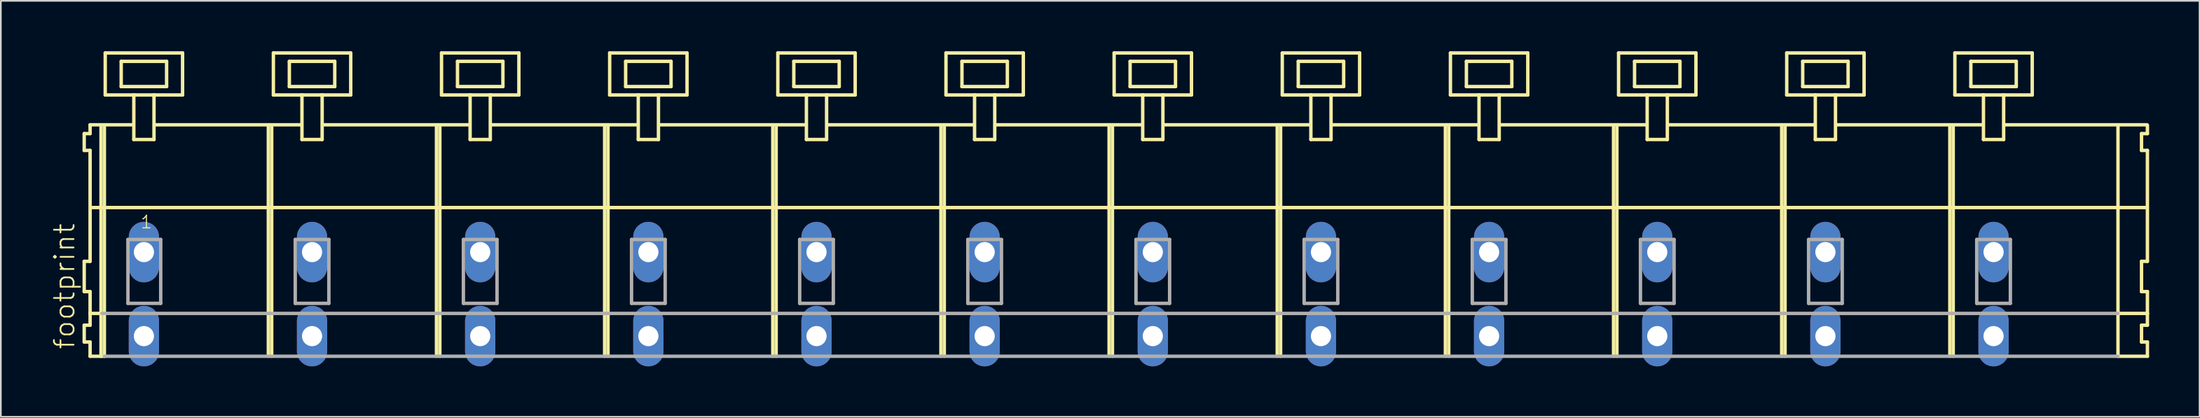
<source format=kicad_pcb>
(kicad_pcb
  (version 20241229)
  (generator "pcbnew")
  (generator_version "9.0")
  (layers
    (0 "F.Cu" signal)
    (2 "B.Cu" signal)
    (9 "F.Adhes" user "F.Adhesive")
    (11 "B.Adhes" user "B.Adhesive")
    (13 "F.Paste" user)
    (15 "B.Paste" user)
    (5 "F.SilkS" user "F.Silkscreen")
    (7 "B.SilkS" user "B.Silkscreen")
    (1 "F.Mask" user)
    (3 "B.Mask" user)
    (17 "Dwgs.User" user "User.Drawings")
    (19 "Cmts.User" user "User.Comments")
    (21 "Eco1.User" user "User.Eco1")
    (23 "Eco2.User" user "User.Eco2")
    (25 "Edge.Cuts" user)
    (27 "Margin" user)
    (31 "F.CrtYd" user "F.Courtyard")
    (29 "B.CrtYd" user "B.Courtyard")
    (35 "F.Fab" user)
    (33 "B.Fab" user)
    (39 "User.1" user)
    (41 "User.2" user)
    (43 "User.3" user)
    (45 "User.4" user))
  (footprint "footprint"
    (layer "F.Cu")
    (at 63.008 11.952)
    (property "Reference" "footprint" (at -61.535 5.855 90) (layer "F.SilkS") (effects (font (size 1.168 1.168) (thickness 0.102)) (justify left bottom)))
    (fp_line (start -61.05 -7.05) (end -61.05 -6.05) (stroke (width 0.203) (type solid)) (layer "F.SilkS"))
    (fp_line (start -61.05 -6.05) (end -60.7 -6.05) (stroke (width 0.203) (type solid)) (layer "F.SilkS"))
    (fp_line (start -61.05 0.55) (end -61.05 2.35) (stroke (width 0.203) (type solid)) (layer "F.SilkS"))
    (fp_line (start -61.05 2.35) (end -60.7 2.35) (stroke (width 0.203) (type solid)) (layer "F.SilkS"))
    (fp_line (start -61.05 4.35) (end -61.05 5.35) (stroke (width 0.203) (type solid)) (layer "F.SilkS"))
    (fp_line (start -61.05 5.35) (end -60.7 5.35) (stroke (width 0.203) (type solid)) (layer "F.SilkS"))
    (fp_line (start -60.7 -7.575) (end -60.7 -7.05) (stroke (width 0.203) (type solid)) (layer "F.SilkS"))
    (fp_line (start -60.7 -7.575) (end -58.125 -7.575) (stroke (width 0.203) (type solid)) (layer "F.SilkS"))
    (fp_line (start -60.7 -7.05) (end -61.05 -7.05) (stroke (width 0.203) (type solid)) (layer "F.SilkS"))
    (fp_line (start -60.7 -6.05) (end -60.7 0.55) (stroke (width 0.203) (type solid)) (layer "F.SilkS"))
    (fp_line (start -60.7 0.55) (end -61.05 0.55) (stroke (width 0.203) (type solid)) (layer "F.SilkS"))
    (fp_line (start -60.7 2.35) (end -60.7 4.35) (stroke (width 0.203) (type solid)) (layer "F.SilkS"))
    (fp_line (start -60.7 3.65) (end -60 3.65) (stroke (width 0.203) (type solid)) (layer "F.SilkS"))
    (fp_line (start -60.7 4.35) (end -61.05 4.35) (stroke (width 0.203) (type solid)) (layer "F.SilkS"))
    (fp_line (start -60.7 5.35) (end -60.7 6.2) (stroke (width 0.203) (type solid)) (layer "F.SilkS"))
    (fp_line (start -60.7 6.2) (end -60.05 6.2) (stroke (width 0.203) (type solid)) (layer "F.SilkS"))
    (fp_line (start -60.65 -2.65) (end 61.6 -2.65) (stroke (width 0.203) (type solid)) (layer "F.SilkS"))
    (fp_line (start -60.05 -7.55) (end -60.05 6.2) (stroke (width 0.203) (type solid)) (layer "F.SilkS"))
    (fp_line (start -60.05 6.2) (end -59.85 6.2) (stroke (width 0.203) (type solid)) (layer "F.SilkS"))
    (fp_line (start -59.85 -7.55) (end -59.85 6.2) (stroke (width 0.203) (type solid)) (layer "F.SilkS"))
    (fp_line (start -59.8 -11.85) (end -59.8 -9.35) (stroke (width 0.203) (type solid)) (layer "F.SilkS"))
    (fp_line (start -59.8 -9.35) (end -58.1 -9.35) (stroke (width 0.203) (type solid)) (layer "F.SilkS"))
    (fp_line (start -58.85 -11.35) (end -58.85 -9.85) (stroke (width 0.203) (type solid)) (layer "F.SilkS"))
    (fp_line (start -58.85 -9.85) (end -56.15 -9.85) (stroke (width 0.203) (type solid)) (layer "F.SilkS"))
    (fp_line (start -58.1 -9.35) (end -58.1 -6.7) (stroke (width 0.203) (type solid)) (layer "F.SilkS"))
    (fp_line (start -58.1 -9.35) (end -56.9 -9.35) (stroke (width 0.203) (type solid)) (layer "F.SilkS"))
    (fp_line (start -58.1 -6.7) (end -56.9 -6.7) (stroke (width 0.203) (type solid)) (layer "F.SilkS"))
    (fp_line (start -56.9 -9.35) (end -55.2 -9.35) (stroke (width 0.203) (type solid)) (layer "F.SilkS"))
    (fp_line (start -56.9 -6.7) (end -56.9 -9.35) (stroke (width 0.203) (type solid)) (layer "F.SilkS"))
    (fp_line (start -56.825 -7.575) (end -48.125 -7.575) (stroke (width 0.203) (type solid)) (layer "F.SilkS"))
    (fp_line (start -56.15 -11.35) (end -58.85 -11.35) (stroke (width 0.203) (type solid)) (layer "F.SilkS"))
    (fp_line (start -56.15 -9.85) (end -56.15 -11.35) (stroke (width 0.203) (type solid)) (layer "F.SilkS"))
    (fp_line (start -55.2 -11.85) (end -59.8 -11.85) (stroke (width 0.203) (type solid)) (layer "F.SilkS"))
    (fp_line (start -55.2 -9.35) (end -55.2 -11.85) (stroke (width 0.203) (type solid)) (layer "F.SilkS"))
    (fp_line (start -50.1 -7.55) (end -50.1 6.2) (stroke (width 0.203) (type solid)) (layer "F.SilkS"))
    (fp_line (start -49.9 -7.55) (end -49.9 6.2) (stroke (width 0.203) (type solid)) (layer "F.SilkS"))
    (fp_line (start -49.8 -11.85) (end -49.8 -9.35) (stroke (width 0.203) (type solid)) (layer "F.SilkS"))
    (fp_line (start -49.8 -9.35) (end -48.1 -9.35) (stroke (width 0.203) (type solid)) (layer "F.SilkS"))
    (fp_line (start -48.85 -11.35) (end -48.85 -9.85) (stroke (width 0.203) (type solid)) (layer "F.SilkS"))
    (fp_line (start -48.85 -9.85) (end -46.15 -9.85) (stroke (width 0.203) (type solid)) (layer "F.SilkS"))
    (fp_line (start -48.1 -9.35) (end -48.1 -6.7) (stroke (width 0.203) (type solid)) (layer "F.SilkS"))
    (fp_line (start -48.1 -9.35) (end -46.9 -9.35) (stroke (width 0.203) (type solid)) (layer "F.SilkS"))
    (fp_line (start -48.1 -6.7) (end -46.9 -6.7) (stroke (width 0.203) (type solid)) (layer "F.SilkS"))
    (fp_line (start -46.9 -9.35) (end -45.2 -9.35) (stroke (width 0.203) (type solid)) (layer "F.SilkS"))
    (fp_line (start -46.9 -6.7) (end -46.9 -9.35) (stroke (width 0.203) (type solid)) (layer "F.SilkS"))
    (fp_line (start -46.825 -7.575) (end -38.125 -7.575) (stroke (width 0.203) (type solid)) (layer "F.SilkS"))
    (fp_line (start -46.15 -11.35) (end -48.85 -11.35) (stroke (width 0.203) (type solid)) (layer "F.SilkS"))
    (fp_line (start -46.15 -9.85) (end -46.15 -11.35) (stroke (width 0.203) (type solid)) (layer "F.SilkS"))
    (fp_line (start -45.2 -11.85) (end -49.8 -11.85) (stroke (width 0.203) (type solid)) (layer "F.SilkS"))
    (fp_line (start -45.2 -9.35) (end -45.2 -11.85) (stroke (width 0.203) (type solid)) (layer "F.SilkS"))
    (fp_line (start -40.1 -7.55) (end -40.1 6.2) (stroke (width 0.203) (type solid)) (layer "F.SilkS"))
    (fp_line (start -39.9 -7.55) (end -39.9 6.2) (stroke (width 0.203) (type solid)) (layer "F.SilkS"))
    (fp_line (start -39.8 -11.85) (end -39.8 -9.35) (stroke (width 0.203) (type solid)) (layer "F.SilkS"))
    (fp_line (start -39.8 -9.35) (end -38.1 -9.35) (stroke (width 0.203) (type solid)) (layer "F.SilkS"))
    (fp_line (start -38.85 -11.35) (end -38.85 -9.85) (stroke (width 0.203) (type solid)) (layer "F.SilkS"))
    (fp_line (start -38.85 -9.85) (end -36.15 -9.85) (stroke (width 0.203) (type solid)) (layer "F.SilkS"))
    (fp_line (start -38.1 -9.35) (end -38.1 -6.7) (stroke (width 0.203) (type solid)) (layer "F.SilkS"))
    (fp_line (start -38.1 -9.35) (end -36.9 -9.35) (stroke (width 0.203) (type solid)) (layer "F.SilkS"))
    (fp_line (start -38.1 -6.7) (end -36.9 -6.7) (stroke (width 0.203) (type solid)) (layer "F.SilkS"))
    (fp_line (start -36.9 -9.35) (end -35.2 -9.35) (stroke (width 0.203) (type solid)) (layer "F.SilkS"))
    (fp_line (start -36.9 -6.7) (end -36.9 -9.35) (stroke (width 0.203) (type solid)) (layer "F.SilkS"))
    (fp_line (start -36.825 -7.575) (end -28.125 -7.575) (stroke (width 0.203) (type solid)) (layer "F.SilkS"))
    (fp_line (start -36.15 -11.35) (end -38.85 -11.35) (stroke (width 0.203) (type solid)) (layer "F.SilkS"))
    (fp_line (start -36.15 -9.85) (end -36.15 -11.35) (stroke (width 0.203) (type solid)) (layer "F.SilkS"))
    (fp_line (start -35.2 -11.85) (end -39.8 -11.85) (stroke (width 0.203) (type solid)) (layer "F.SilkS"))
    (fp_line (start -35.2 -9.35) (end -35.2 -11.85) (stroke (width 0.203) (type solid)) (layer "F.SilkS"))
    (fp_line (start -30.1 -7.55) (end -30.1 6.2) (stroke (width 0.203) (type solid)) (layer "F.SilkS"))
    (fp_line (start -29.9 -7.55) (end -29.9 6.2) (stroke (width 0.203) (type solid)) (layer "F.SilkS"))
    (fp_line (start -29.8 -11.85) (end -29.8 -9.35) (stroke (width 0.203) (type solid)) (layer "F.SilkS"))
    (fp_line (start -29.8 -9.35) (end -28.1 -9.35) (stroke (width 0.203) (type solid)) (layer "F.SilkS"))
    (fp_line (start -28.85 -11.35) (end -28.85 -9.85) (stroke (width 0.203) (type solid)) (layer "F.SilkS"))
    (fp_line (start -28.85 -9.85) (end -26.15 -9.85) (stroke (width 0.203) (type solid)) (layer "F.SilkS"))
    (fp_line (start -28.1 -9.35) (end -28.1 -6.7) (stroke (width 0.203) (type solid)) (layer "F.SilkS"))
    (fp_line (start -28.1 -9.35) (end -26.9 -9.35) (stroke (width 0.203) (type solid)) (layer "F.SilkS"))
    (fp_line (start -28.1 -6.7) (end -26.9 -6.7) (stroke (width 0.203) (type solid)) (layer "F.SilkS"))
    (fp_line (start -26.9 -9.35) (end -25.2 -9.35) (stroke (width 0.203) (type solid)) (layer "F.SilkS"))
    (fp_line (start -26.9 -6.7) (end -26.9 -9.35) (stroke (width 0.203) (type solid)) (layer "F.SilkS"))
    (fp_line (start -26.825 -7.575) (end -18.125 -7.575) (stroke (width 0.203) (type solid)) (layer "F.SilkS"))
    (fp_line (start -26.15 -11.35) (end -28.85 -11.35) (stroke (width 0.203) (type solid)) (layer "F.SilkS"))
    (fp_line (start -26.15 -9.85) (end -26.15 -11.35) (stroke (width 0.203) (type solid)) (layer "F.SilkS"))
    (fp_line (start -25.2 -11.85) (end -29.8 -11.85) (stroke (width 0.203) (type solid)) (layer "F.SilkS"))
    (fp_line (start -25.2 -9.35) (end -25.2 -11.85) (stroke (width 0.203) (type solid)) (layer "F.SilkS"))
    (fp_line (start -20.1 -7.55) (end -20.1 6.2) (stroke (width 0.203) (type solid)) (layer "F.SilkS"))
    (fp_line (start -19.9 -7.55) (end -19.9 6.2) (stroke (width 0.203) (type solid)) (layer "F.SilkS"))
    (fp_line (start -19.8 -11.85) (end -19.8 -9.35) (stroke (width 0.203) (type solid)) (layer "F.SilkS"))
    (fp_line (start -19.8 -9.35) (end -18.1 -9.35) (stroke (width 0.203) (type solid)) (layer "F.SilkS"))
    (fp_line (start -18.85 -11.35) (end -18.85 -9.85) (stroke (width 0.203) (type solid)) (layer "F.SilkS"))
    (fp_line (start -18.85 -9.85) (end -16.15 -9.85) (stroke (width 0.203) (type solid)) (layer "F.SilkS"))
    (fp_line (start -18.1 -9.35) (end -18.1 -6.7) (stroke (width 0.203) (type solid)) (layer "F.SilkS"))
    (fp_line (start -18.1 -9.35) (end -16.9 -9.35) (stroke (width 0.203) (type solid)) (layer "F.SilkS"))
    (fp_line (start -18.1 -6.7) (end -16.9 -6.7) (stroke (width 0.203) (type solid)) (layer "F.SilkS"))
    (fp_line (start -16.9 -9.35) (end -15.2 -9.35) (stroke (width 0.203) (type solid)) (layer "F.SilkS"))
    (fp_line (start -16.9 -6.7) (end -16.9 -9.35) (stroke (width 0.203) (type solid)) (layer "F.SilkS"))
    (fp_line (start -16.825 -7.575) (end -8.125 -7.575) (stroke (width 0.203) (type solid)) (layer "F.SilkS"))
    (fp_line (start -16.15 -11.35) (end -18.85 -11.35) (stroke (width 0.203) (type solid)) (layer "F.SilkS"))
    (fp_line (start -16.15 -9.85) (end -16.15 -11.35) (stroke (width 0.203) (type solid)) (layer "F.SilkS"))
    (fp_line (start -15.2 -11.85) (end -19.8 -11.85) (stroke (width 0.203) (type solid)) (layer "F.SilkS"))
    (fp_line (start -15.2 -9.35) (end -15.2 -11.85) (stroke (width 0.203) (type solid)) (layer "F.SilkS"))
    (fp_line (start -10.1 -7.55) (end -10.1 6.2) (stroke (width 0.203) (type solid)) (layer "F.SilkS"))
    (fp_line (start -9.9 -7.55) (end -9.9 6.2) (stroke (width 0.203) (type solid)) (layer "F.SilkS"))
    (fp_line (start -9.8 -11.85) (end -9.8 -9.35) (stroke (width 0.203) (type solid)) (layer "F.SilkS"))
    (fp_line (start -9.8 -9.35) (end -8.1 -9.35) (stroke (width 0.203) (type solid)) (layer "F.SilkS"))
    (fp_line (start -8.85 -11.35) (end -8.85 -9.85) (stroke (width 0.203) (type solid)) (layer "F.SilkS"))
    (fp_line (start -8.85 -9.85) (end -6.15 -9.85) (stroke (width 0.203) (type solid)) (layer "F.SilkS"))
    (fp_line (start -8.1 -9.35) (end -8.1 -6.7) (stroke (width 0.203) (type solid)) (layer "F.SilkS"))
    (fp_line (start -8.1 -9.35) (end -6.9 -9.35) (stroke (width 0.203) (type solid)) (layer "F.SilkS"))
    (fp_line (start -8.1 -6.7) (end -6.9 -6.7) (stroke (width 0.203) (type solid)) (layer "F.SilkS"))
    (fp_line (start -6.9 -9.35) (end -5.2 -9.35) (stroke (width 0.203) (type solid)) (layer "F.SilkS"))
    (fp_line (start -6.9 -6.7) (end -6.9 -9.35) (stroke (width 0.203) (type solid)) (layer "F.SilkS"))
    (fp_line (start -6.825 -7.575) (end 1.875 -7.575) (stroke (width 0.203) (type solid)) (layer "F.SilkS"))
    (fp_line (start -6.15 -11.35) (end -8.85 -11.35) (stroke (width 0.203) (type solid)) (layer "F.SilkS"))
    (fp_line (start -6.15 -9.85) (end -6.15 -11.35) (stroke (width 0.203) (type solid)) (layer "F.SilkS"))
    (fp_line (start -5.2 -11.85) (end -9.8 -11.85) (stroke (width 0.203) (type solid)) (layer "F.SilkS"))
    (fp_line (start -5.2 -9.35) (end -5.2 -11.85) (stroke (width 0.203) (type solid)) (layer "F.SilkS"))
    (fp_line (start -0.1 -7.55) (end -0.1 6.2) (stroke (width 0.203) (type solid)) (layer "F.SilkS"))
    (fp_line (start 0.1 -7.55) (end 0.1 6.2) (stroke (width 0.203) (type solid)) (layer "F.SilkS"))
    (fp_line (start 0.2 -11.85) (end 0.2 -9.35) (stroke (width 0.203) (type solid)) (layer "F.SilkS"))
    (fp_line (start 0.2 -9.35) (end 1.9 -9.35) (stroke (width 0.203) (type solid)) (layer "F.SilkS"))
    (fp_line (start 1.15 -11.35) (end 1.15 -9.85) (stroke (width 0.203) (type solid)) (layer "F.SilkS"))
    (fp_line (start 1.15 -9.85) (end 3.85 -9.85) (stroke (width 0.203) (type solid)) (layer "F.SilkS"))
    (fp_line (start 1.9 -9.35) (end 1.9 -6.7) (stroke (width 0.203) (type solid)) (layer "F.SilkS"))
    (fp_line (start 1.9 -9.35) (end 3.1 -9.35) (stroke (width 0.203) (type solid)) (layer "F.SilkS"))
    (fp_line (start 1.9 -6.7) (end 3.1 -6.7) (stroke (width 0.203) (type solid)) (layer "F.SilkS"))
    (fp_line (start 3.1 -9.35) (end 4.8 -9.35) (stroke (width 0.203) (type solid)) (layer "F.SilkS"))
    (fp_line (start 3.1 -6.7) (end 3.1 -9.35) (stroke (width 0.203) (type solid)) (layer "F.SilkS"))
    (fp_line (start 3.175 -7.575) (end 11.875 -7.575) (stroke (width 0.203) (type solid)) (layer "F.SilkS"))
    (fp_line (start 3.85 -11.35) (end 1.15 -11.35) (stroke (width 0.203) (type solid)) (layer "F.SilkS"))
    (fp_line (start 3.85 -9.85) (end 3.85 -11.35) (stroke (width 0.203) (type solid)) (layer "F.SilkS"))
    (fp_line (start 4.8 -11.85) (end 0.2 -11.85) (stroke (width 0.203) (type solid)) (layer "F.SilkS"))
    (fp_line (start 4.8 -9.35) (end 4.8 -11.85) (stroke (width 0.203) (type solid)) (layer "F.SilkS"))
    (fp_line (start 9.9 -7.55) (end 9.9 6.2) (stroke (width 0.203) (type solid)) (layer "F.SilkS"))
    (fp_line (start 10.1 -7.55) (end 10.1 6.2) (stroke (width 0.203) (type solid)) (layer "F.SilkS"))
    (fp_line (start 10.2 -11.85) (end 10.2 -9.35) (stroke (width 0.203) (type solid)) (layer "F.SilkS"))
    (fp_line (start 10.2 -9.35) (end 11.9 -9.35) (stroke (width 0.203) (type solid)) (layer "F.SilkS"))
    (fp_line (start 11.15 -11.35) (end 11.15 -9.85) (stroke (width 0.203) (type solid)) (layer "F.SilkS"))
    (fp_line (start 11.15 -9.85) (end 13.85 -9.85) (stroke (width 0.203) (type solid)) (layer "F.SilkS"))
    (fp_line (start 11.9 -9.35) (end 11.9 -6.7) (stroke (width 0.203) (type solid)) (layer "F.SilkS"))
    (fp_line (start 11.9 -9.35) (end 13.1 -9.35) (stroke (width 0.203) (type solid)) (layer "F.SilkS"))
    (fp_line (start 11.9 -6.7) (end 13.1 -6.7) (stroke (width 0.203) (type solid)) (layer "F.SilkS"))
    (fp_line (start 13.1 -9.35) (end 14.8 -9.35) (stroke (width 0.203) (type solid)) (layer "F.SilkS"))
    (fp_line (start 13.1 -6.7) (end 13.1 -9.35) (stroke (width 0.203) (type solid)) (layer "F.SilkS"))
    (fp_line (start 13.175 -7.575) (end 21.875 -7.575) (stroke (width 0.203) (type solid)) (layer "F.SilkS"))
    (fp_line (start 13.85 -11.35) (end 11.15 -11.35) (stroke (width 0.203) (type solid)) (layer "F.SilkS"))
    (fp_line (start 13.85 -9.85) (end 13.85 -11.35) (stroke (width 0.203) (type solid)) (layer "F.SilkS"))
    (fp_line (start 14.8 -11.85) (end 10.2 -11.85) (stroke (width 0.203) (type solid)) (layer "F.SilkS"))
    (fp_line (start 14.8 -9.35) (end 14.8 -11.85) (stroke (width 0.203) (type solid)) (layer "F.SilkS"))
    (fp_line (start 19.9 -7.55) (end 19.9 6.2) (stroke (width 0.203) (type solid)) (layer "F.SilkS"))
    (fp_line (start 20.1 -7.55) (end 20.1 6.2) (stroke (width 0.203) (type solid)) (layer "F.SilkS"))
    (fp_line (start 20.2 -11.85) (end 20.2 -9.35) (stroke (width 0.203) (type solid)) (layer "F.SilkS"))
    (fp_line (start 20.2 -9.35) (end 21.9 -9.35) (stroke (width 0.203) (type solid)) (layer "F.SilkS"))
    (fp_line (start 21.15 -11.35) (end 21.15 -9.85) (stroke (width 0.203) (type solid)) (layer "F.SilkS"))
    (fp_line (start 21.15 -9.85) (end 23.85 -9.85) (stroke (width 0.203) (type solid)) (layer "F.SilkS"))
    (fp_line (start 21.9 -9.35) (end 21.9 -6.7) (stroke (width 0.203) (type solid)) (layer "F.SilkS"))
    (fp_line (start 21.9 -9.35) (end 23.1 -9.35) (stroke (width 0.203) (type solid)) (layer "F.SilkS"))
    (fp_line (start 21.9 -6.7) (end 23.1 -6.7) (stroke (width 0.203) (type solid)) (layer "F.SilkS"))
    (fp_line (start 23.1 -9.35) (end 24.8 -9.35) (stroke (width 0.203) (type solid)) (layer "F.SilkS"))
    (fp_line (start 23.1 -6.7) (end 23.1 -9.35) (stroke (width 0.203) (type solid)) (layer "F.SilkS"))
    (fp_line (start 23.175 -7.575) (end 31.875 -7.575) (stroke (width 0.203) (type solid)) (layer "F.SilkS"))
    (fp_line (start 23.85 -11.35) (end 21.15 -11.35) (stroke (width 0.203) (type solid)) (layer "F.SilkS"))
    (fp_line (start 23.85 -9.85) (end 23.85 -11.35) (stroke (width 0.203) (type solid)) (layer "F.SilkS"))
    (fp_line (start 24.8 -11.85) (end 20.2 -11.85) (stroke (width 0.203) (type solid)) (layer "F.SilkS"))
    (fp_line (start 24.8 -9.35) (end 24.8 -11.85) (stroke (width 0.203) (type solid)) (layer "F.SilkS"))
    (fp_line (start 29.9 -7.55) (end 29.9 6.2) (stroke (width 0.203) (type solid)) (layer "F.SilkS"))
    (fp_line (start 30.1 -7.55) (end 30.1 6.2) (stroke (width 0.203) (type solid)) (layer "F.SilkS"))
    (fp_line (start 30.2 -11.85) (end 30.2 -9.35) (stroke (width 0.203) (type solid)) (layer "F.SilkS"))
    (fp_line (start 30.2 -9.35) (end 31.9 -9.35) (stroke (width 0.203) (type solid)) (layer "F.SilkS"))
    (fp_line (start 31.15 -11.35) (end 31.15 -9.85) (stroke (width 0.203) (type solid)) (layer "F.SilkS"))
    (fp_line (start 31.15 -9.85) (end 33.85 -9.85) (stroke (width 0.203) (type solid)) (layer "F.SilkS"))
    (fp_line (start 31.9 -9.35) (end 31.9 -6.7) (stroke (width 0.203) (type solid)) (layer "F.SilkS"))
    (fp_line (start 31.9 -9.35) (end 33.1 -9.35) (stroke (width 0.203) (type solid)) (layer "F.SilkS"))
    (fp_line (start 31.9 -6.7) (end 33.1 -6.7) (stroke (width 0.203) (type solid)) (layer "F.SilkS"))
    (fp_line (start 33.1 -9.35) (end 34.8 -9.35) (stroke (width 0.203) (type solid)) (layer "F.SilkS"))
    (fp_line (start 33.1 -6.7) (end 33.1 -9.35) (stroke (width 0.203) (type solid)) (layer "F.SilkS"))
    (fp_line (start 33.175 -7.575) (end 41.875 -7.575) (stroke (width 0.203) (type solid)) (layer "F.SilkS"))
    (fp_line (start 33.85 -11.35) (end 31.15 -11.35) (stroke (width 0.203) (type solid)) (layer "F.SilkS"))
    (fp_line (start 33.85 -9.85) (end 33.85 -11.35) (stroke (width 0.203) (type solid)) (layer "F.SilkS"))
    (fp_line (start 34.8 -11.85) (end 30.2 -11.85) (stroke (width 0.203) (type solid)) (layer "F.SilkS"))
    (fp_line (start 34.8 -9.35) (end 34.8 -11.85) (stroke (width 0.203) (type solid)) (layer "F.SilkS"))
    (fp_line (start 39.9 -7.55) (end 39.9 6.2) (stroke (width 0.203) (type solid)) (layer "F.SilkS"))
    (fp_line (start 40.1 -7.55) (end 40.1 6.2) (stroke (width 0.203) (type solid)) (layer "F.SilkS"))
    (fp_line (start 40.2 -11.85) (end 40.2 -9.35) (stroke (width 0.203) (type solid)) (layer "F.SilkS"))
    (fp_line (start 40.2 -9.35) (end 41.9 -9.35) (stroke (width 0.203) (type solid)) (layer "F.SilkS"))
    (fp_line (start 41.15 -11.35) (end 41.15 -9.85) (stroke (width 0.203) (type solid)) (layer "F.SilkS"))
    (fp_line (start 41.15 -9.85) (end 43.85 -9.85) (stroke (width 0.203) (type solid)) (layer "F.SilkS"))
    (fp_line (start 41.9 -9.35) (end 41.9 -6.7) (stroke (width 0.203) (type solid)) (layer "F.SilkS"))
    (fp_line (start 41.9 -9.35) (end 43.1 -9.35) (stroke (width 0.203) (type solid)) (layer "F.SilkS"))
    (fp_line (start 41.9 -6.7) (end 43.1 -6.7) (stroke (width 0.203) (type solid)) (layer "F.SilkS"))
    (fp_line (start 43.1 -9.35) (end 44.8 -9.35) (stroke (width 0.203) (type solid)) (layer "F.SilkS"))
    (fp_line (start 43.1 -6.7) (end 43.1 -9.35) (stroke (width 0.203) (type solid)) (layer "F.SilkS"))
    (fp_line (start 43.175 -7.575) (end 51.875 -7.575) (stroke (width 0.203) (type solid)) (layer "F.SilkS"))
    (fp_line (start 43.85 -11.35) (end 41.15 -11.35) (stroke (width 0.203) (type solid)) (layer "F.SilkS"))
    (fp_line (start 43.85 -9.85) (end 43.85 -11.35) (stroke (width 0.203) (type solid)) (layer "F.SilkS"))
    (fp_line (start 44.8 -11.85) (end 40.2 -11.85) (stroke (width 0.203) (type solid)) (layer "F.SilkS"))
    (fp_line (start 44.8 -9.35) (end 44.8 -11.85) (stroke (width 0.203) (type solid)) (layer "F.SilkS"))
    (fp_line (start 49.9 -7.55) (end 49.9 6.2) (stroke (width 0.203) (type solid)) (layer "F.SilkS"))
    (fp_line (start 50.1 -7.55) (end 50.1 6.2) (stroke (width 0.203) (type solid)) (layer "F.SilkS"))
    (fp_line (start 50.2 -11.85) (end 50.2 -9.35) (stroke (width 0.203) (type solid)) (layer "F.SilkS"))
    (fp_line (start 50.2 -9.35) (end 51.9 -9.35) (stroke (width 0.203) (type solid)) (layer "F.SilkS"))
    (fp_line (start 51.15 -11.35) (end 51.15 -9.85) (stroke (width 0.203) (type solid)) (layer "F.SilkS"))
    (fp_line (start 51.15 -9.85) (end 53.85 -9.85) (stroke (width 0.203) (type solid)) (layer "F.SilkS"))
    (fp_line (start 51.9 -9.35) (end 51.9 -6.7) (stroke (width 0.203) (type solid)) (layer "F.SilkS"))
    (fp_line (start 51.9 -9.35) (end 53.1 -9.35) (stroke (width 0.203) (type solid)) (layer "F.SilkS"))
    (fp_line (start 51.9 -6.7) (end 53.1 -6.7) (stroke (width 0.203) (type solid)) (layer "F.SilkS"))
    (fp_line (start 53.1 -9.35) (end 54.8 -9.35) (stroke (width 0.203) (type solid)) (layer "F.SilkS"))
    (fp_line (start 53.1 -6.7) (end 53.1 -9.35) (stroke (width 0.203) (type solid)) (layer "F.SilkS"))
    (fp_line (start 53.125 -7.575) (end 61.625 -7.575) (stroke (width 0.203) (type solid)) (layer "F.SilkS"))
    (fp_line (start 53.85 -11.35) (end 51.15 -11.35) (stroke (width 0.203) (type solid)) (layer "F.SilkS"))
    (fp_line (start 53.85 -9.85) (end 53.85 -11.35) (stroke (width 0.203) (type solid)) (layer "F.SilkS"))
    (fp_line (start 54.8 -11.85) (end 50.2 -11.85) (stroke (width 0.203) (type solid)) (layer "F.SilkS"))
    (fp_line (start 54.8 -9.35) (end 54.8 -11.85) (stroke (width 0.203) (type solid)) (layer "F.SilkS"))
    (fp_line (start 59.9 -7.55) (end 59.9 6.2) (stroke (width 0.203) (type solid)) (layer "F.SilkS"))
    (fp_line (start 59.9 6.2) (end 61.65 6.2) (stroke (width 0.203) (type solid)) (layer "F.SilkS"))
    (fp_line (start 59.95 3.65) (end 61.65 3.65) (stroke (width 0.203) (type solid)) (layer "F.SilkS"))
    (fp_line (start 61.3 -7.05) (end 61.3 -6.05) (stroke (width 0.203) (type solid)) (layer "F.SilkS"))
    (fp_line (start 61.3 -6.05) (end 61.65 -6.05) (stroke (width 0.203) (type solid)) (layer "F.SilkS"))
    (fp_line (start 61.3 0.55) (end 61.3 2.35) (stroke (width 0.203) (type solid)) (layer "F.SilkS"))
    (fp_line (start 61.3 2.35) (end 61.65 2.35) (stroke (width 0.203) (type solid)) (layer "F.SilkS"))
    (fp_line (start 61.3 4.35) (end 61.3 5.35) (stroke (width 0.203) (type solid)) (layer "F.SilkS"))
    (fp_line (start 61.3 5.35) (end 61.65 5.35) (stroke (width 0.203) (type solid)) (layer "F.SilkS"))
    (fp_line (start 61.65 -7.05) (end 61.3 -7.05) (stroke (width 0.203) (type solid)) (layer "F.SilkS"))
    (fp_line (start 61.65 -7.05) (end 61.65 -7.55) (stroke (width 0.203) (type solid)) (layer "F.SilkS"))
    (fp_line (start 61.65 0.55) (end 61.3 0.55) (stroke (width 0.203) (type solid)) (layer "F.SilkS"))
    (fp_line (start 61.65 0.55) (end 61.65 -6.05) (stroke (width 0.203) (type solid)) (layer "F.SilkS"))
    (fp_line (start 61.65 3.65) (end 61.65 2.35) (stroke (width 0.203) (type solid)) (layer "F.SilkS"))
    (fp_line (start 61.65 4.35) (end 61.3 4.35) (stroke (width 0.203) (type solid)) (layer "F.SilkS"))
    (fp_line (start 61.65 4.35) (end 61.65 3.65) (stroke (width 0.203) (type solid)) (layer "F.SilkS"))
    (fp_line (start 61.65 6.2) (end 61.65 5.35) (stroke (width 0.203) (type solid)) (layer "F.SilkS"))
    (fp_line (start -60 3.65) (end 59.9 3.65) (stroke (width 0.203) (type solid)) (layer "F.Fab"))
    (fp_line (start -59.85 6.2) (end 59.9 6.2) (stroke (width 0.203) (type solid)) (layer "F.Fab"))
    (fp_line (start -58.45 -0.75) (end -58.45 3.05) (stroke (width 0.203) (type solid)) (layer "F.Fab"))
    (fp_line (start -58.45 3.05) (end -56.5 3.05) (stroke (width 0.203) (type solid)) (layer "F.Fab"))
    (fp_line (start -56.5 -0.75) (end -58.45 -0.75) (stroke (width 0.203) (type solid)) (layer "F.Fab"))
    (fp_line (start -56.5 3.05) (end -56.5 -0.75) (stroke (width 0.203) (type solid)) (layer "F.Fab"))
    (fp_line (start -48.5 -0.75) (end -48.5 3.05) (stroke (width 0.203) (type solid)) (layer "F.Fab"))
    (fp_line (start -48.5 3.05) (end -46.5 3.05) (stroke (width 0.203) (type solid)) (layer "F.Fab"))
    (fp_line (start -46.5 -0.75) (end -48.5 -0.75) (stroke (width 0.203) (type solid)) (layer "F.Fab"))
    (fp_line (start -46.5 3.05) (end -46.5 -0.75) (stroke (width 0.203) (type solid)) (layer "F.Fab"))
    (fp_line (start -38.5 -0.75) (end -38.5 3.05) (stroke (width 0.203) (type solid)) (layer "F.Fab"))
    (fp_line (start -38.5 3.05) (end -36.5 3.05) (stroke (width 0.203) (type solid)) (layer "F.Fab"))
    (fp_line (start -36.5 -0.75) (end -38.5 -0.75) (stroke (width 0.203) (type solid)) (layer "F.Fab"))
    (fp_line (start -36.5 3.05) (end -36.5 -0.75) (stroke (width 0.203) (type solid)) (layer "F.Fab"))
    (fp_line (start -28.5 -0.75) (end -28.5 3.05) (stroke (width 0.203) (type solid)) (layer "F.Fab"))
    (fp_line (start -28.5 3.05) (end -26.5 3.05) (stroke (width 0.203) (type solid)) (layer "F.Fab"))
    (fp_line (start -26.5 -0.75) (end -28.5 -0.75) (stroke (width 0.203) (type solid)) (layer "F.Fab"))
    (fp_line (start -26.5 3.05) (end -26.5 -0.75) (stroke (width 0.203) (type solid)) (layer "F.Fab"))
    (fp_line (start -18.5 -0.75) (end -18.5 3.05) (stroke (width 0.203) (type solid)) (layer "F.Fab"))
    (fp_line (start -18.5 3.05) (end -16.5 3.05) (stroke (width 0.203) (type solid)) (layer "F.Fab"))
    (fp_line (start -16.5 -0.75) (end -18.5 -0.75) (stroke (width 0.203) (type solid)) (layer "F.Fab"))
    (fp_line (start -16.5 3.05) (end -16.5 -0.75) (stroke (width 0.203) (type solid)) (layer "F.Fab"))
    (fp_line (start -8.5 -0.75) (end -8.5 3.05) (stroke (width 0.203) (type solid)) (layer "F.Fab"))
    (fp_line (start -8.5 3.05) (end -6.5 3.05) (stroke (width 0.203) (type solid)) (layer "F.Fab"))
    (fp_line (start -6.5 -0.75) (end -8.5 -0.75) (stroke (width 0.203) (type solid)) (layer "F.Fab"))
    (fp_line (start -6.5 3.05) (end -6.5 -0.75) (stroke (width 0.203) (type solid)) (layer "F.Fab"))
    (fp_line (start 1.5 -0.75) (end 1.5 3.05) (stroke (width 0.203) (type solid)) (layer "F.Fab"))
    (fp_line (start 1.5 3.05) (end 3.5 3.05) (stroke (width 0.203) (type solid)) (layer "F.Fab"))
    (fp_line (start 3.5 -0.75) (end 1.5 -0.75) (stroke (width 0.203) (type solid)) (layer "F.Fab"))
    (fp_line (start 3.5 3.05) (end 3.5 -0.75) (stroke (width 0.203) (type solid)) (layer "F.Fab"))
    (fp_line (start 11.5 -0.75) (end 11.5 3.05) (stroke (width 0.203) (type solid)) (layer "F.Fab"))
    (fp_line (start 11.5 3.05) (end 13.5 3.05) (stroke (width 0.203) (type solid)) (layer "F.Fab"))
    (fp_line (start 13.5 -0.75) (end 11.5 -0.75) (stroke (width 0.203) (type solid)) (layer "F.Fab"))
    (fp_line (start 13.5 3.05) (end 13.5 -0.75) (stroke (width 0.203) (type solid)) (layer "F.Fab"))
    (fp_line (start 21.5 -0.75) (end 21.5 3.05) (stroke (width 0.203) (type solid)) (layer "F.Fab"))
    (fp_line (start 21.5 3.05) (end 23.5 3.05) (stroke (width 0.203) (type solid)) (layer "F.Fab"))
    (fp_line (start 23.5 -0.75) (end 21.5 -0.75) (stroke (width 0.203) (type solid)) (layer "F.Fab"))
    (fp_line (start 23.5 3.05) (end 23.5 -0.75) (stroke (width 0.203) (type solid)) (layer "F.Fab"))
    (fp_line (start 31.5 -0.75) (end 31.5 3.05) (stroke (width 0.203) (type solid)) (layer "F.Fab"))
    (fp_line (start 31.5 3.05) (end 33.5 3.05) (stroke (width 0.203) (type solid)) (layer "F.Fab"))
    (fp_line (start 33.5 -0.75) (end 31.5 -0.75) (stroke (width 0.203) (type solid)) (layer "F.Fab"))
    (fp_line (start 33.5 3.05) (end 33.5 -0.75) (stroke (width 0.203) (type solid)) (layer "F.Fab"))
    (fp_line (start 41.5 -0.75) (end 41.5 3.05) (stroke (width 0.203) (type solid)) (layer "F.Fab"))
    (fp_line (start 41.5 3.05) (end 43.5 3.05) (stroke (width 0.203) (type solid)) (layer "F.Fab"))
    (fp_line (start 43.5 -0.75) (end 41.5 -0.75) (stroke (width 0.203) (type solid)) (layer "F.Fab"))
    (fp_line (start 43.5 3.05) (end 43.5 -0.75) (stroke (width 0.203) (type solid)) (layer "F.Fab"))
    (fp_line (start 51.5 -0.75) (end 51.5 3.05) (stroke (width 0.203) (type solid)) (layer "F.Fab"))
    (fp_line (start 51.5 3.05) (end 53.5 3.05) (stroke (width 0.203) (type solid)) (layer "F.Fab"))
    (fp_line (start 53.5 -0.75) (end 51.5 -0.75) (stroke (width 0.203) (type solid)) (layer "F.Fab"))
    (fp_line (start 53.5 3.05) (end 53.5 -0.75) (stroke (width 0.203) (type solid)) (layer "F.Fab"))
    (fp_text user "1" (at -57.75 -1.35 0) (layer "F.SilkS") (effects (font (size 0.748 0.748) (thickness 0.065)) (justify left bottom)))
    (pad "A1" thru_hole oval (at -57.5 0 90) (size 3.6 1.8) (drill 1.2) (layers "*.Cu" "*.Mask"))
    (pad "A2" thru_hole oval (at -47.5 0 90) (size 3.6 1.8) (drill 1.2) (layers "*.Cu" "*.Mask"))
    (pad "A3" thru_hole oval (at -37.5 0 90) (size 3.6 1.8) (drill 1.2) (layers "*.Cu" "*.Mask"))
    (pad "A4" thru_hole oval (at -27.5 0 90) (size 3.6 1.8) (drill 1.2) (layers "*.Cu" "*.Mask"))
    (pad "A5" thru_hole oval (at -17.5 0 90) (size 3.6 1.8) (drill 1.2) (layers "*.Cu" "*.Mask"))
    (pad "A6" thru_hole oval (at -7.5 0 90) (size 3.6 1.8) (drill 1.2) (layers "*.Cu" "*.Mask"))
    (pad "A7" thru_hole oval (at 2.5 0 90) (size 3.6 1.8) (drill 1.2) (layers "*.Cu" "*.Mask"))
    (pad "A8" thru_hole oval (at 12.5 0 90) (size 3.6 1.8) (drill 1.2) (layers "*.Cu" "*.Mask"))
    (pad "A9" thru_hole oval (at 22.5 0 90) (size 3.6 1.8) (drill 1.2) (layers "*.Cu" "*.Mask"))
    (pad "A10" thru_hole oval (at 32.5 0 90) (size 3.6 1.8) (drill 1.2) (layers "*.Cu" "*.Mask"))
    (pad "A11" thru_hole oval (at 42.5 0 90) (size 3.6 1.8) (drill 1.2) (layers "*.Cu" "*.Mask"))
    (pad "A12" thru_hole oval (at 52.5 0 90) (size 3.6 1.8) (drill 1.2) (layers "*.Cu" "*.Mask"))
    (pad "B1" thru_hole oval (at -57.5 5 90) (size 3.6 1.8) (drill 1.2) (layers "*.Cu" "*.Mask"))
    (pad "B2" thru_hole oval (at -47.5 5 90) (size 3.6 1.8) (drill 1.2) (layers "*.Cu" "*.Mask"))
    (pad "B3" thru_hole oval (at -37.5 5 90) (size 3.6 1.8) (drill 1.2) (layers "*.Cu" "*.Mask"))
    (pad "B4" thru_hole oval (at -27.5 5 90) (size 3.6 1.8) (drill 1.2) (layers "*.Cu" "*.Mask"))
    (pad "B5" thru_hole oval (at -17.5 5 90) (size 3.6 1.8) (drill 1.2) (layers "*.Cu" "*.Mask"))
    (pad "B6" thru_hole oval (at -7.5 5 90) (size 3.6 1.8) (drill 1.2) (layers "*.Cu" "*.Mask"))
    (pad "B7" thru_hole oval (at 2.5 5 90) (size 3.6 1.8) (drill 1.2) (layers "*.Cu" "*.Mask"))
    (pad "B8" thru_hole oval (at 12.5 5 90) (size 3.6 1.8) (drill 1.2) (layers "*.Cu" "*.Mask"))
    (pad "B9" thru_hole oval (at 22.5 5 90) (size 3.6 1.8) (drill 1.2) (layers "*.Cu" "*.Mask"))
    (pad "B10" thru_hole oval (at 32.5 5 90) (size 3.6 1.8) (drill 1.2) (layers "*.Cu" "*.Mask"))
    (pad "B11" thru_hole oval (at 42.5 5 90) (size 3.6 1.8) (drill 1.2) (layers "*.Cu" "*.Mask"))
    (pad "B12" thru_hole oval (at 52.5 5 90) (size 3.6 1.8) (drill 1.2) (layers "*.Cu" "*.Mask")))
  (gr_rect
    (start -3 -3)
    (end 127.76 21.752)
    (stroke (width 0.1) (type default))
    (fill no)
    (layer "Edge.Cuts")))
</source>
